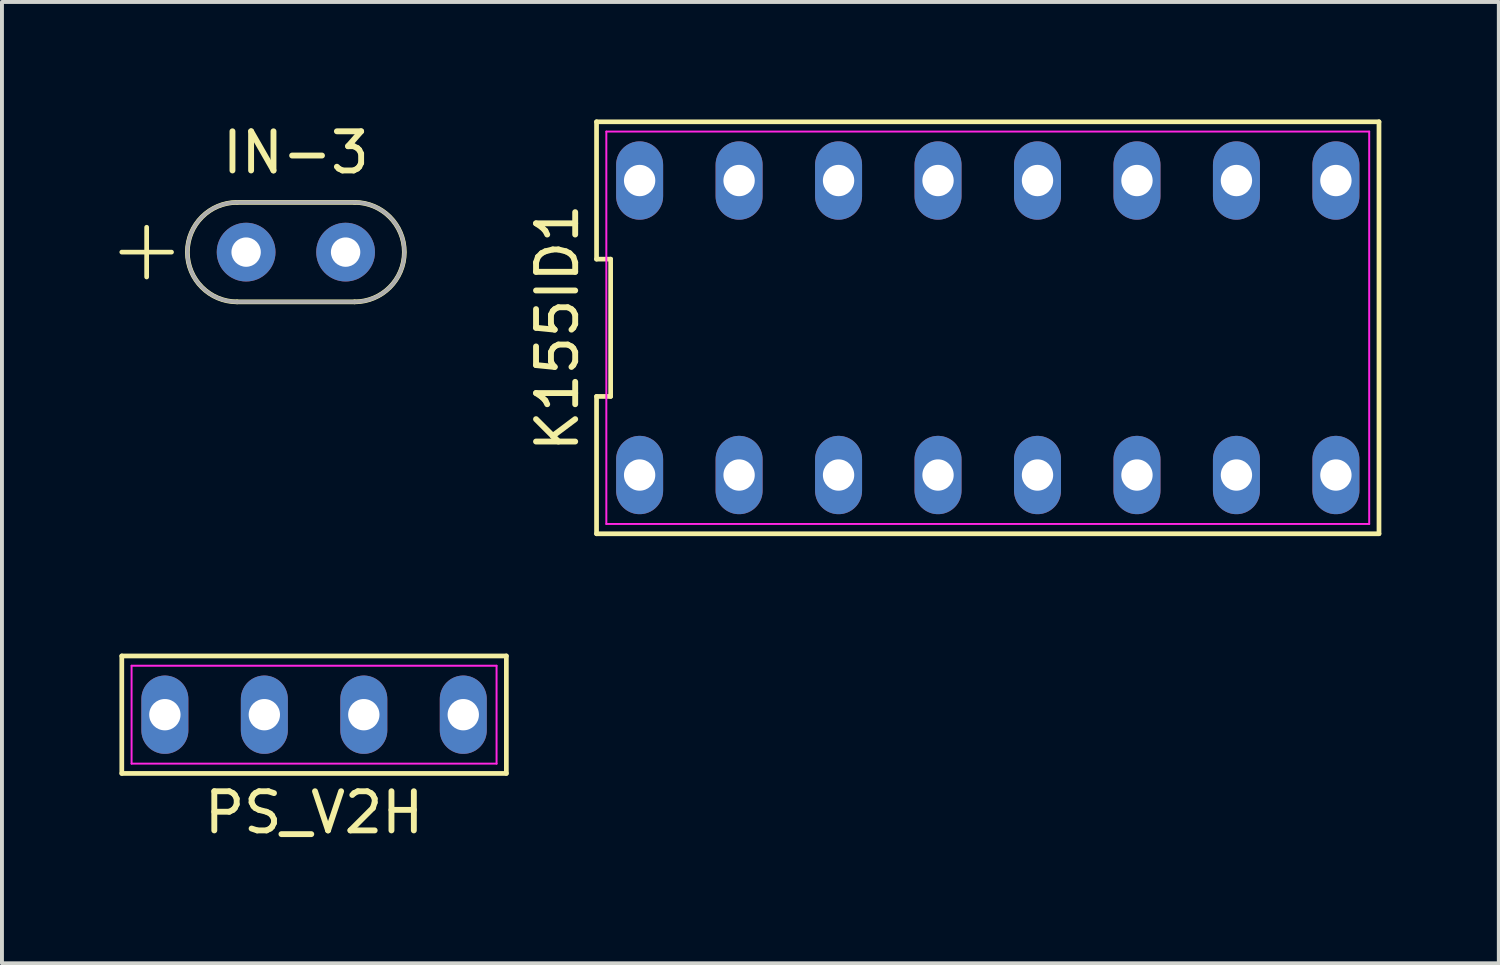
<source format=kicad_pcb>
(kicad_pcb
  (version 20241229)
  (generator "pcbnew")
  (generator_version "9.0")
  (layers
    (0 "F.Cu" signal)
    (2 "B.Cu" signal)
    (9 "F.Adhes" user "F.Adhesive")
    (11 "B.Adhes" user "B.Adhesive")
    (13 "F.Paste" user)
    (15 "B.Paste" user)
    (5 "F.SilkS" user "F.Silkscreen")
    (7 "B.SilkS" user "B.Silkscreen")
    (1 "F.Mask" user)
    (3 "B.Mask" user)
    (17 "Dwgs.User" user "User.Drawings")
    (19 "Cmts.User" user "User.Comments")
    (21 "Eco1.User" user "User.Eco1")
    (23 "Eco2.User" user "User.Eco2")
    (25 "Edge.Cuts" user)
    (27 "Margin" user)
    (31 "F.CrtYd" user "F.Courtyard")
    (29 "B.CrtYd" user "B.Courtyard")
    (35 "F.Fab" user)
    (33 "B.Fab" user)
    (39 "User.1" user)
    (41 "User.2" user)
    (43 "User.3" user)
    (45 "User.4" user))
  (footprint "K155ID1"
    (layer "F.Cu")
    (at 22.173 5.32)
    (property "Reference" "K155ID1" (at -10.99 0 90) (layer "F.SilkS") (effects (font (size 1 1) (thickness 0.15))))
    (attr through_hole)
    (fp_line (start -9.99 -5.26) (end -9.99 -1.753) (stroke (width 0.12) (type solid)) (layer "F.SilkS"))
    (fp_line (start -9.99 -1.753) (end -9.63 -1.753) (stroke (width 0.12) (type solid)) (layer "F.SilkS"))
    (fp_line (start -9.99 1.753) (end -9.99 5.26) (stroke (width 0.12) (type solid)) (layer "F.SilkS"))
    (fp_line (start -9.99 5.26) (end 9.99 5.26) (stroke (width 0.12) (type solid)) (layer "F.SilkS"))
    (fp_line (start -9.63 -1.753) (end -9.63 1.753) (stroke (width 0.12) (type solid)) (layer "F.SilkS"))
    (fp_line (start -9.63 1.753) (end -9.99 1.753) (stroke (width 0.12) (type solid)) (layer "F.SilkS"))
    (fp_line (start 9.99 -5.26) (end -9.99 -5.26) (stroke (width 0.12) (type solid)) (layer "F.SilkS"))
    (fp_line (start 9.99 5.26) (end 9.99 -5.26) (stroke (width 0.12) (type solid)) (layer "F.SilkS"))
    (fp_line (start -9.74 -5.01) (end 9.74 -5.01) (stroke (width 0.05) (type solid)) (layer "F.CrtYd"))
    (fp_line (start -9.74 5.01) (end -9.74 -5.01) (stroke (width 0.05) (type solid)) (layer "F.CrtYd"))
    (fp_line (start 9.74 -5.01) (end 9.74 5.01) (stroke (width 0.05) (type solid)) (layer "F.CrtYd"))
    (fp_line (start 9.74 5.01) (end -9.74 5.01) (stroke (width 0.05) (type solid)) (layer "F.CrtYd"))
    (pad "1" thru_hole oval (at -8.89 3.76) (size 1.2 2) (drill 0.8) (layers "*.Cu" "*.Mask"))
    (pad "2" thru_hole oval (at -6.35 3.76) (size 1.2 2) (drill 0.8) (layers "*.Cu" "*.Mask"))
    (pad "3" thru_hole oval (at -3.81 3.76) (size 1.2 2) (drill 0.8) (layers "*.Cu" "*.Mask"))
    (pad "4" thru_hole oval (at -1.27 3.76) (size 1.2 2) (drill 0.8) (layers "*.Cu" "*.Mask"))
    (pad "5" thru_hole oval (at 1.27 3.76) (size 1.2 2) (drill 0.8) (layers "*.Cu" "*.Mask"))
    (pad "6" thru_hole oval (at 3.81 3.76) (size 1.2 2) (drill 0.8) (layers "*.Cu" "*.Mask"))
    (pad "7" thru_hole oval (at 6.35 3.76) (size 1.2 2) (drill 0.8) (layers "*.Cu" "*.Mask"))
    (pad "8" thru_hole oval (at 8.89 3.76) (size 1.2 2) (drill 0.8) (layers "*.Cu" "*.Mask"))
    (pad "9" thru_hole oval (at 8.89 -3.76) (size 1.2 2) (drill 0.8) (layers "*.Cu" "*.Mask"))
    (pad "10" thru_hole oval (at 6.35 -3.76) (size 1.2 2) (drill 0.8) (layers "*.Cu" "*.Mask"))
    (pad "11" thru_hole oval (at 3.81 -3.76) (size 1.2 2) (drill 0.8) (layers "*.Cu" "*.Mask"))
    (pad "12" thru_hole oval (at 1.27 -3.76) (size 1.2 2) (drill 0.8) (layers "*.Cu" "*.Mask"))
    (pad "13" thru_hole oval (at -1.27 -3.76) (size 1.2 2) (drill 0.8) (layers "*.Cu" "*.Mask"))
    (pad "14" thru_hole oval (at -3.81 -3.76) (size 1.2 2) (drill 0.8) (layers "*.Cu" "*.Mask"))
    (pad "15" thru_hole oval (at -6.35 -3.76) (size 1.2 2) (drill 0.8) (layers "*.Cu" "*.Mask"))
    (pad "16" thru_hole oval (at -8.89 -3.76) (size 1.2 2) (drill 0.8) (layers "*.Cu" "*.Mask")))
  (footprint "IN-3"
    (layer "F.Cu")
    (at 4.505 3.388)
    (property "Reference" "IN-3" (at 0 -2.54 0) (layer "F.SilkS") (effects (font (size 1 1) (thickness 0.15))))
    (attr through_hole)
    (fp_line (start -4.445 0) (end -3.175 0) (stroke (width 0.12) (type solid)) (layer "F.SilkS"))
    (fp_line (start -3.81 -0.635) (end -3.81 0.635) (stroke (width 0.12) (type solid)) (layer "F.SilkS"))
    (fp_line (start -1.5 -1.27) (end 1.5 -1.27) (stroke (width 0.12) (type solid)) (layer "F.SilkS"))
    (fp_line (start 1.5 1.27) (end -1.5 1.27) (stroke (width 0.12) (type solid)) (layer "F.SilkS"))
    (fp_arc (start -1.5 1.27) (mid -2.77 0) (end -1.5 -1.27) (stroke (width 0.12) (type solid)) (layer "F.SilkS"))
    (fp_arc (start 1.5 -1.27) (mid 2.77 0) (end 1.5 1.27) (stroke (width 0.12) (type solid)) (layer "F.SilkS"))
    (fp_line (start -1.5 -1.27) (end 1.5 -1.27) (stroke (width 0.1) (type solid)) (layer "F.Fab"))
    (fp_line (start -1.5 1.27) (end 1.5 1.27) (stroke (width 0.1) (type solid)) (layer "F.Fab"))
    (fp_arc (start -1.5 1.27) (mid -2.77 0) (end -1.5 -1.27) (stroke (width 0.1) (type solid)) (layer "F.Fab"))
    (fp_arc (start 1.5 -1.27) (mid 2.77 0) (end 1.5 1.27) (stroke (width 0.1) (type solid)) (layer "F.Fab"))
    (pad "1" thru_hole circle (at -1.27 0) (size 1.5 1.5) (drill 0.75) (layers "*.Cu" "*.Mask"))
    (pad "2" thru_hole circle (at 1.27 0) (size 1.5 1.5) (drill 0.75) (layers "*.Cu" "*.Mask")))
  (footprint "PS_V2H"
    (layer "F.Cu")
    (at 4.97 15.2)
    (property "Reference" "PS_V2H" (at 0 2.5 0) (layer "F.SilkS") (effects (font (size 1 1) (thickness 0.15))))
    (attr through_hole)
    (fp_line (start -4.91 -1.5) (end 4.91 -1.5) (stroke (width 0.12) (type solid)) (layer "F.SilkS"))
    (fp_line (start -4.91 1.5) (end -4.91 -1.5) (stroke (width 0.12) (type solid)) (layer "F.SilkS"))
    (fp_line (start 4.91 -1.5) (end 4.91 1.5) (stroke (width 0.12) (type solid)) (layer "F.SilkS"))
    (fp_line (start 4.91 1.5) (end -4.91 1.5) (stroke (width 0.12) (type solid)) (layer "F.SilkS"))
    (fp_line (start -4.66 -1.25) (end 4.66 -1.25) (stroke (width 0.05) (type solid)) (layer "F.CrtYd"))
    (fp_line (start -4.66 1.25) (end -4.66 -1.25) (stroke (width 0.05) (type solid)) (layer "F.CrtYd"))
    (fp_line (start 4.66 -1.25) (end 4.66 1.25) (stroke (width 0.05) (type solid)) (layer "F.CrtYd"))
    (fp_line (start 4.66 1.25) (end -4.66 1.25) (stroke (width 0.05) (type solid)) (layer "F.CrtYd"))
    (pad "1" thru_hole oval (at -3.81 0) (size 1.2 2) (drill 0.8) (layers "*.Cu" "*.Mask"))
    (pad "2" thru_hole oval (at -1.27 0) (size 1.2 2) (drill 0.8) (layers "*.Cu" "*.Mask"))
    (pad "3" thru_hole oval (at 1.27 0) (size 1.2 2) (drill 0.8) (layers "*.Cu" "*.Mask"))
    (pad "4" thru_hole oval (at 3.81 0) (size 1.2 2) (drill 0.8) (layers "*.Cu" "*.Mask")))
  (gr_rect
    (start -3 -3)
    (end 35.223 21.548)
    (stroke (width 0.1) (type default))
    (fill no)
    (layer "Edge.Cuts")))
</source>
